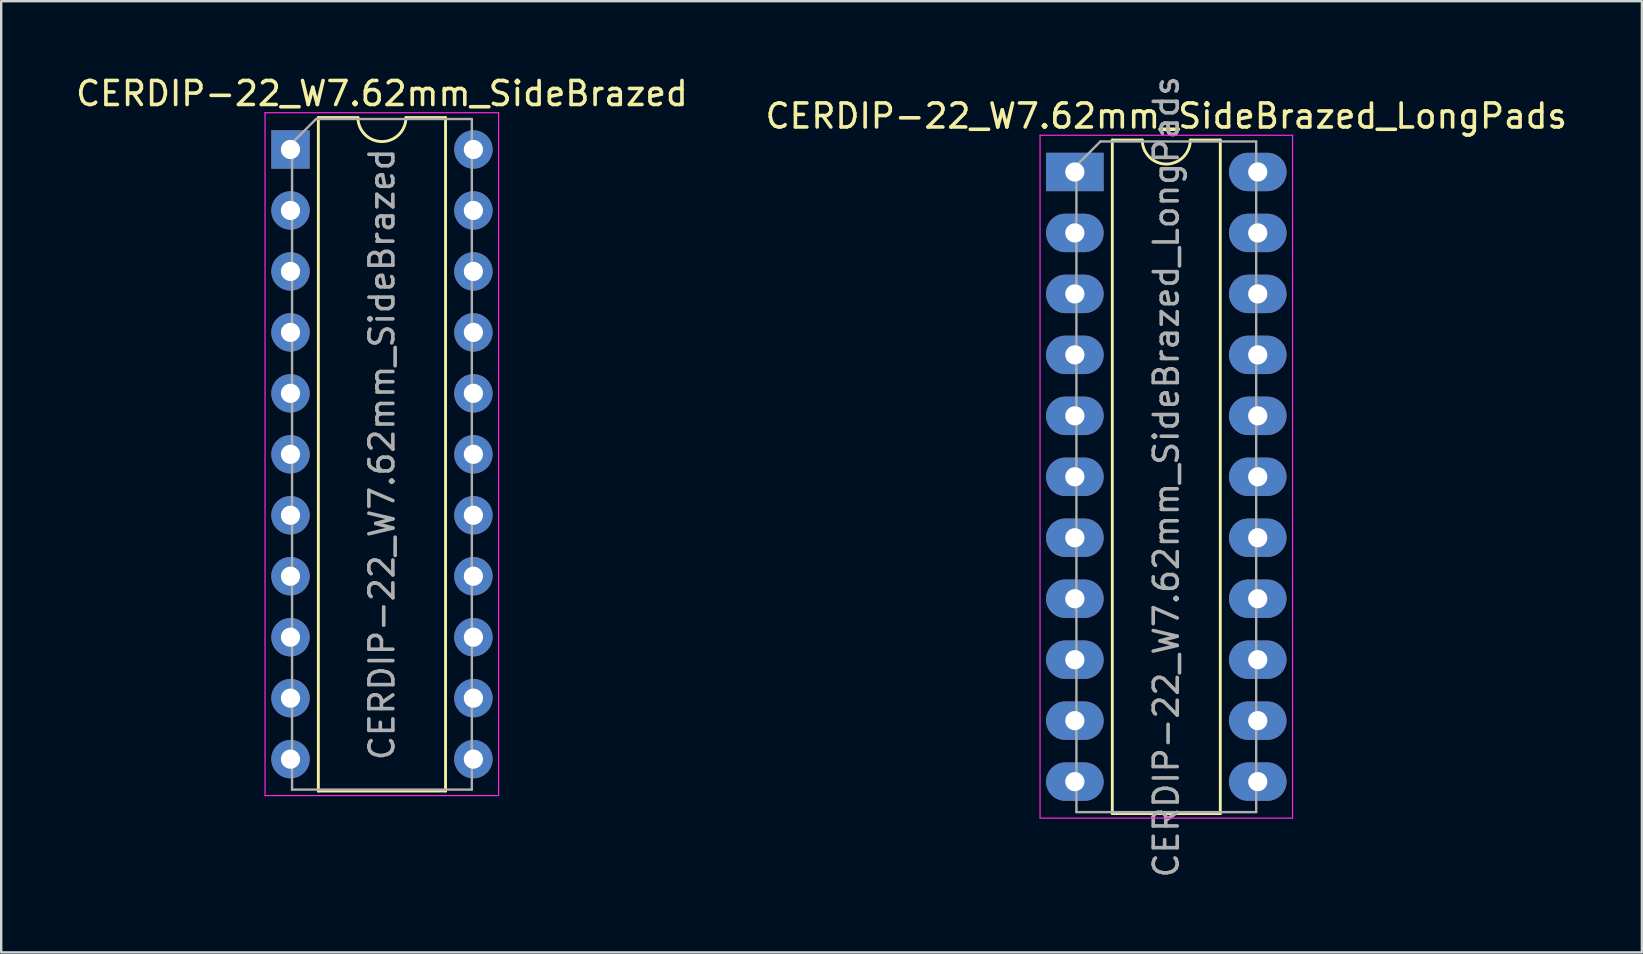
<source format=kicad_pcb>
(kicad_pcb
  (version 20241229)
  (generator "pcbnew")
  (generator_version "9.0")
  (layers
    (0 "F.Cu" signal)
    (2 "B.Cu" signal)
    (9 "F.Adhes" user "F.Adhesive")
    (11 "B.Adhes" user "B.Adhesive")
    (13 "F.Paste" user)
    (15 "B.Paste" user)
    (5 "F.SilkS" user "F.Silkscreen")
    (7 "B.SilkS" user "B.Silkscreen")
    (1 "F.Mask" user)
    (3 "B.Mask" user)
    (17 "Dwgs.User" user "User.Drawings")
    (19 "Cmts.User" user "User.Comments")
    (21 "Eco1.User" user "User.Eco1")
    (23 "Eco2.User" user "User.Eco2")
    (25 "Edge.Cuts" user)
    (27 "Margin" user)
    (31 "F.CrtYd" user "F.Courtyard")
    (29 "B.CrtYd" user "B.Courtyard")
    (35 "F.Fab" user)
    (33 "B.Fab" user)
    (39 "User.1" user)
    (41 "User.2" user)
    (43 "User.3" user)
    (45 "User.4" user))
  (footprint "CERDIP-22_W7.62mm_SideBrazed_LongPads"
    (layer "F.Cu")
    (at 41.732 4.115)
    (property "Reference" "CERDIP-22_W7.62mm_SideBrazed_LongPads" (at 3.81 -2.33 0) (layer "F.SilkS") (effects (font (size 1 1) (thickness 0.15))))
    (attr through_hole)
    (fp_line (start 1.56 -1.33) (end 1.56 26.73) (stroke (width 0.12) (type solid)) (layer "F.SilkS"))
    (fp_line (start 1.56 26.73) (end 6.06 26.73) (stroke (width 0.12) (type solid)) (layer "F.SilkS"))
    (fp_line (start 2.81 -1.33) (end 1.56 -1.33) (stroke (width 0.12) (type solid)) (layer "F.SilkS"))
    (fp_line (start 6.06 -1.33) (end 4.81 -1.33) (stroke (width 0.12) (type solid)) (layer "F.SilkS"))
    (fp_line (start 6.06 26.73) (end 6.06 -1.33) (stroke (width 0.12) (type solid)) (layer "F.SilkS"))
    (fp_arc (start 4.81 -1.33) (mid 3.81 -0.33) (end 2.81 -1.33) (stroke (width 0.12) (type solid)) (layer "F.SilkS"))
    (fp_line (start -1.45 -1.53) (end -1.45 26.92) (stroke (width 0.05) (type solid)) (layer "F.CrtYd"))
    (fp_line (start -1.45 26.92) (end 9.07 26.92) (stroke (width 0.05) (type solid)) (layer "F.CrtYd"))
    (fp_line (start 9.07 -1.53) (end -1.45 -1.53) (stroke (width 0.05) (type solid)) (layer "F.CrtYd"))
    (fp_line (start 9.07 26.92) (end 9.07 -1.53) (stroke (width 0.05) (type solid)) (layer "F.CrtYd"))
    (fp_line (start 0.065 -0.27) (end 1.065 -1.27) (stroke (width 0.1) (type solid)) (layer "F.Fab"))
    (fp_line (start 0.065 26.67) (end 0.065 -0.27) (stroke (width 0.1) (type solid)) (layer "F.Fab"))
    (fp_line (start 1.065 -1.27) (end 7.555 -1.27) (stroke (width 0.1) (type solid)) (layer "F.Fab"))
    (fp_line (start 7.555 -1.27) (end 7.555 26.67) (stroke (width 0.1) (type solid)) (layer "F.Fab"))
    (fp_line (start 7.555 26.67) (end 0.065 26.67) (stroke (width 0.1) (type solid)) (layer "F.Fab"))
    (fp_text user "${REFERENCE}" (at 3.81 12.7 90) (layer "F.Fab") (effects (font (size 1 1) (thickness 0.15))))
    (pad "1" thru_hole rect (at 0 0) (size 2.4 1.6) (drill 0.8) (layers "*.Cu" "*.Mask"))
    (pad "2" thru_hole oval (at 0 2.54) (size 2.4 1.6) (drill 0.8) (layers "*.Cu" "*.Mask"))
    (pad "3" thru_hole oval (at 0 5.08) (size 2.4 1.6) (drill 0.8) (layers "*.Cu" "*.Mask"))
    (pad "4" thru_hole oval (at 0 7.62) (size 2.4 1.6) (drill 0.8) (layers "*.Cu" "*.Mask"))
    (pad "5" thru_hole oval (at 0 10.16) (size 2.4 1.6) (drill 0.8) (layers "*.Cu" "*.Mask"))
    (pad "6" thru_hole oval (at 0 12.7) (size 2.4 1.6) (drill 0.8) (layers "*.Cu" "*.Mask"))
    (pad "7" thru_hole oval (at 0 15.24) (size 2.4 1.6) (drill 0.8) (layers "*.Cu" "*.Mask"))
    (pad "8" thru_hole oval (at 0 17.78) (size 2.4 1.6) (drill 0.8) (layers "*.Cu" "*.Mask"))
    (pad "9" thru_hole oval (at 0 20.32) (size 2.4 1.6) (drill 0.8) (layers "*.Cu" "*.Mask"))
    (pad "10" thru_hole oval (at 0 22.86) (size 2.4 1.6) (drill 0.8) (layers "*.Cu" "*.Mask"))
    (pad "11" thru_hole oval (at 0 25.4) (size 2.4 1.6) (drill 0.8) (layers "*.Cu" "*.Mask"))
    (pad "12" thru_hole oval (at 7.62 25.4) (size 2.4 1.6) (drill 0.8) (layers "*.Cu" "*.Mask"))
    (pad "13" thru_hole oval (at 7.62 22.86) (size 2.4 1.6) (drill 0.8) (layers "*.Cu" "*.Mask"))
    (pad "14" thru_hole oval (at 7.62 20.32) (size 2.4 1.6) (drill 0.8) (layers "*.Cu" "*.Mask"))
    (pad "15" thru_hole oval (at 7.62 17.78) (size 2.4 1.6) (drill 0.8) (layers "*.Cu" "*.Mask"))
    (pad "16" thru_hole oval (at 7.62 15.24) (size 2.4 1.6) (drill 0.8) (layers "*.Cu" "*.Mask"))
    (pad "17" thru_hole oval (at 7.62 12.7) (size 2.4 1.6) (drill 0.8) (layers "*.Cu" "*.Mask"))
    (pad "18" thru_hole oval (at 7.62 10.16) (size 2.4 1.6) (drill 0.8) (layers "*.Cu" "*.Mask"))
    (pad "19" thru_hole oval (at 7.62 7.62) (size 2.4 1.6) (drill 0.8) (layers "*.Cu" "*.Mask"))
    (pad "20" thru_hole oval (at 7.62 5.08) (size 2.4 1.6) (drill 0.8) (layers "*.Cu" "*.Mask"))
    (pad "21" thru_hole oval (at 7.62 2.54) (size 2.4 1.6) (drill 0.8) (layers "*.Cu" "*.Mask"))
    (pad "22" thru_hole oval (at 7.62 0) (size 2.4 1.6) (drill 0.8) (layers "*.Cu" "*.Mask")))
  (footprint "CERDIP-22_W7.62mm_SideBrazed"
    (layer "F.Cu")
    (at 9.053 3.178)
    (property "Reference" "CERDIP-22_W7.62mm_SideBrazed" (at 3.81 -2.33 0) (layer "F.SilkS") (effects (font (size 1 1) (thickness 0.15))))
    (attr through_hole)
    (fp_line (start 1.16 -1.33) (end 1.16 26.73) (stroke (width 0.12) (type solid)) (layer "F.SilkS"))
    (fp_line (start 1.16 26.73) (end 6.46 26.73) (stroke (width 0.12) (type solid)) (layer "F.SilkS"))
    (fp_line (start 2.81 -1.33) (end 1.16 -1.33) (stroke (width 0.12) (type solid)) (layer "F.SilkS"))
    (fp_line (start 6.46 -1.33) (end 4.81 -1.33) (stroke (width 0.12) (type solid)) (layer "F.SilkS"))
    (fp_line (start 6.46 26.73) (end 6.46 -1.33) (stroke (width 0.12) (type solid)) (layer "F.SilkS"))
    (fp_arc (start 4.81 -1.33) (mid 3.81 -0.33) (end 2.81 -1.33) (stroke (width 0.12) (type solid)) (layer "F.SilkS"))
    (fp_line (start -1.06 -1.53) (end -1.06 26.92) (stroke (width 0.05) (type solid)) (layer "F.CrtYd"))
    (fp_line (start -1.06 26.92) (end 8.67 26.92) (stroke (width 0.05) (type solid)) (layer "F.CrtYd"))
    (fp_line (start 8.67 -1.53) (end -1.06 -1.53) (stroke (width 0.05) (type solid)) (layer "F.CrtYd"))
    (fp_line (start 8.67 26.92) (end 8.67 -1.53) (stroke (width 0.05) (type solid)) (layer "F.CrtYd"))
    (fp_line (start 0.065 -0.27) (end 1.065 -1.27) (stroke (width 0.1) (type solid)) (layer "F.Fab"))
    (fp_line (start 0.065 26.67) (end 0.065 -0.27) (stroke (width 0.1) (type solid)) (layer "F.Fab"))
    (fp_line (start 1.065 -1.27) (end 7.555 -1.27) (stroke (width 0.1) (type solid)) (layer "F.Fab"))
    (fp_line (start 7.555 -1.27) (end 7.555 26.67) (stroke (width 0.1) (type solid)) (layer "F.Fab"))
    (fp_line (start 7.555 26.67) (end 0.065 26.67) (stroke (width 0.1) (type solid)) (layer "F.Fab"))
    (fp_text user "${REFERENCE}" (at 3.81 12.7 90) (layer "F.Fab") (effects (font (size 1 1) (thickness 0.15))))
    (pad "1" thru_hole rect (at 0 0) (size 1.6 1.6) (drill 0.8) (layers "*.Cu" "*.Mask"))
    (pad "2" thru_hole circle (at 0 2.54) (size 1.6 1.6) (drill 0.8) (layers "*.Cu" "*.Mask"))
    (pad "3" thru_hole circle (at 0 5.08) (size 1.6 1.6) (drill 0.8) (layers "*.Cu" "*.Mask"))
    (pad "4" thru_hole circle (at 0 7.62) (size 1.6 1.6) (drill 0.8) (layers "*.Cu" "*.Mask"))
    (pad "5" thru_hole circle (at 0 10.16) (size 1.6 1.6) (drill 0.8) (layers "*.Cu" "*.Mask"))
    (pad "6" thru_hole circle (at 0 12.7) (size 1.6 1.6) (drill 0.8) (layers "*.Cu" "*.Mask"))
    (pad "7" thru_hole circle (at 0 15.24) (size 1.6 1.6) (drill 0.8) (layers "*.Cu" "*.Mask"))
    (pad "8" thru_hole circle (at 0 17.78) (size 1.6 1.6) (drill 0.8) (layers "*.Cu" "*.Mask"))
    (pad "9" thru_hole circle (at 0 20.32) (size 1.6 1.6) (drill 0.8) (layers "*.Cu" "*.Mask"))
    (pad "10" thru_hole circle (at 0 22.86) (size 1.6 1.6) (drill 0.8) (layers "*.Cu" "*.Mask"))
    (pad "11" thru_hole circle (at 0 25.4) (size 1.6 1.6) (drill 0.8) (layers "*.Cu" "*.Mask"))
    (pad "12" thru_hole circle (at 7.62 25.4) (size 1.6 1.6) (drill 0.8) (layers "*.Cu" "*.Mask"))
    (pad "13" thru_hole circle (at 7.62 22.86) (size 1.6 1.6) (drill 0.8) (layers "*.Cu" "*.Mask"))
    (pad "14" thru_hole circle (at 7.62 20.32) (size 1.6 1.6) (drill 0.8) (layers "*.Cu" "*.Mask"))
    (pad "15" thru_hole circle (at 7.62 17.78) (size 1.6 1.6) (drill 0.8) (layers "*.Cu" "*.Mask"))
    (pad "16" thru_hole circle (at 7.62 15.24) (size 1.6 1.6) (drill 0.8) (layers "*.Cu" "*.Mask"))
    (pad "17" thru_hole circle (at 7.62 12.7) (size 1.6 1.6) (drill 0.8) (layers "*.Cu" "*.Mask"))
    (pad "18" thru_hole circle (at 7.62 10.16) (size 1.6 1.6) (drill 0.8) (layers "*.Cu" "*.Mask"))
    (pad "19" thru_hole circle (at 7.62 7.62) (size 1.6 1.6) (drill 0.8) (layers "*.Cu" "*.Mask"))
    (pad "20" thru_hole circle (at 7.62 5.08) (size 1.6 1.6) (drill 0.8) (layers "*.Cu" "*.Mask"))
    (pad "21" thru_hole circle (at 7.62 2.54) (size 1.6 1.6) (drill 0.8) (layers "*.Cu" "*.Mask"))
    (pad "22" thru_hole circle (at 7.62 0) (size 1.6 1.6) (drill 0.8) (layers "*.Cu" "*.Mask")))
  (gr_rect
    (start -3 -3)
    (end 65.357 36.631)
    (stroke (width 0.1) (type default))
    (fill no)
    (layer "Edge.Cuts")))
</source>
